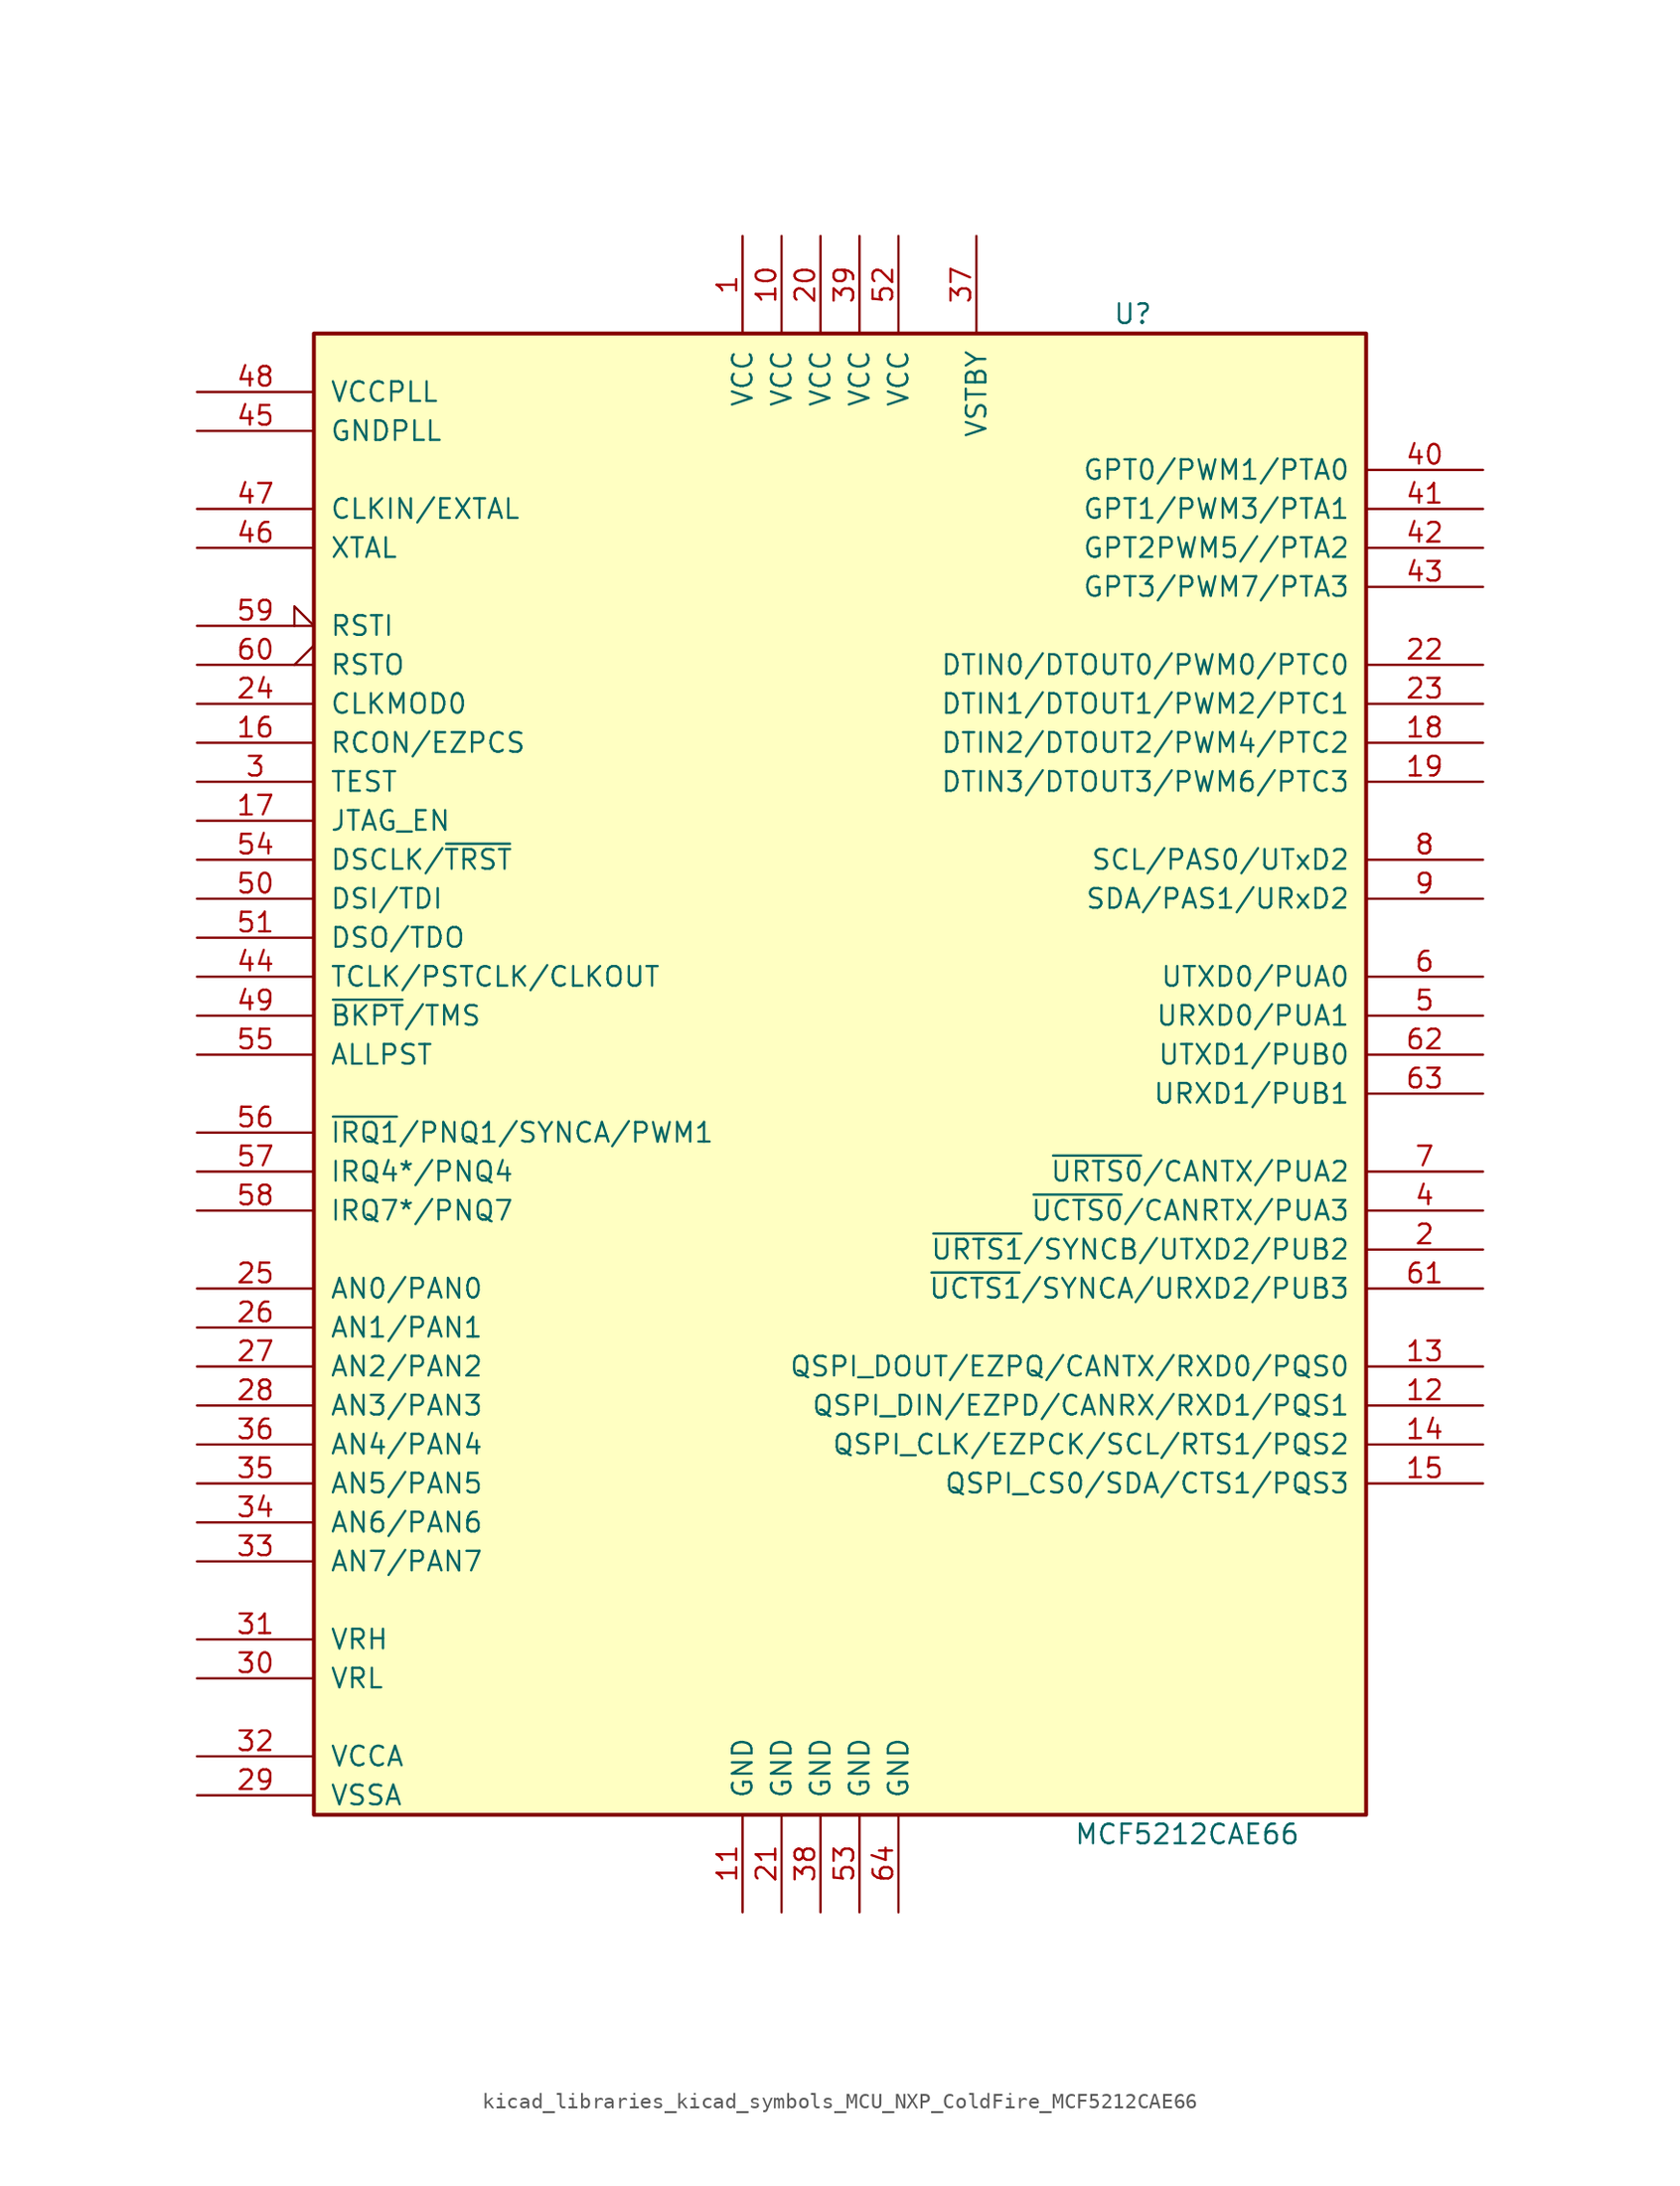
<source format=kicad_sym>
(kicad_symbol_lib
  (version 20220914)
  (generator kicad_symbol_editor)
  (symbol "kicad_libraries_kicad_symbols_MCU_NXP_ColdFire_MCF5212CAE66"
    (pin_names
      (offset 1.016))
    (property "Reference" "U"
      (at 19.05 50.8 0)
      (effects (font (size 1.27 1.27)) (justify left)))
    (property "Value" "MCF5212CAE66"
      (at 16.51 -48.26 0)
      (effects (font (size 1.27 1.27)) (justify left)))
    (symbol "kicad_libraries_kicad_symbols_MCU_NXP_ColdFire_MCF5212CAE66_0_1"
      (rectangle (start -33.02 49.53) (end 35.56 -46.99) (stroke (width 0.254) (type default)) (fill (type background))))
    (symbol "kicad_libraries_kicad_symbols_MCU_NXP_ColdFire_MCF5212CAE66_1_1"
      (pin power_in line (at -5.08 55.88 270) (length 6.35) (name "VCC" (effects (font (size 1.27 1.27)))) (number "1" (effects (font (size 1.27 1.27)))))
      (pin power_in line (at -2.54 55.88 270) (length 6.35) (name "VCC" (effects (font (size 1.27 1.27)))) (number "10" (effects (font (size 1.27 1.27)))))
      (pin power_in line (at -5.08 -53.34 90) (length 6.35) (name "GND" (effects (font (size 1.27 1.27)))) (number "11" (effects (font (size 1.27 1.27)))))
      (pin bidirectional line (at 43.18 -20.32 180) (length 7.62) (name "QSPI_DIN/EZPD/CANRX/RXD1/PQS1" (effects (font (size 1.27 1.27)))) (number "12" (effects (font (size 1.27 1.27)))))
      (pin bidirectional line (at 43.18 -17.78 180) (length 7.62) (name "QSPI_DOUT/EZPQ/CANTX/RXD0/PQS0" (effects (font (size 1.27 1.27)))) (number "13" (effects (font (size 1.27 1.27)))))
      (pin bidirectional line (at 43.18 -22.86 180) (length 7.62) (name "QSPI_CLK/EZPCK/SCL/RTS1/PQS2" (effects (font (size 1.27 1.27)))) (number "14" (effects (font (size 1.27 1.27)))))
      (pin bidirectional line (at 43.18 -25.4 180) (length 7.62) (name "QSPI_CS0/SDA/CTS1/PQS3" (effects (font (size 1.27 1.27)))) (number "15" (effects (font (size 1.27 1.27)))))
      (pin input line (at -40.64 22.86 0) (length 7.62) (name "RCON/EZPCS" (effects (font (size 1.27 1.27)))) (number "16" (effects (font (size 1.27 1.27)))))
      (pin input line (at -40.64 17.78 0) (length 7.62) (name "JTAG_EN" (effects (font (size 1.27 1.27)))) (number "17" (effects (font (size 1.27 1.27)))))
      (pin bidirectional line (at 43.18 22.86 180) (length 7.62) (name "DTIN2/DTOUT2/PWM4/PTC2" (effects (font (size 1.27 1.27)))) (number "18" (effects (font (size 1.27 1.27)))))
      (pin bidirectional line (at 43.18 20.32 180) (length 7.62) (name "DTIN3/DTOUT3/PWM6/PTC3" (effects (font (size 1.27 1.27)))) (number "19" (effects (font (size 1.27 1.27)))))
      (pin bidirectional line (at 43.18 -10.16 180) (length 7.62) (name "~{URTS1}/SYNCB/UTXD2/PUB2" (effects (font (size 1.27 1.27)))) (number "2" (effects (font (size 1.27 1.27)))))
      (pin power_in line (at 0 55.88 270) (length 6.35) (name "VCC" (effects (font (size 1.27 1.27)))) (number "20" (effects (font (size 1.27 1.27)))))
      (pin power_in line (at -2.54 -53.34 90) (length 6.35) (name "GND" (effects (font (size 1.27 1.27)))) (number "21" (effects (font (size 1.27 1.27)))))
      (pin bidirectional line (at 43.18 27.94 180) (length 7.62) (name "DTIN0/DTOUT0/PWM0/PTC0" (effects (font (size 1.27 1.27)))) (number "22" (effects (font (size 1.27 1.27)))))
      (pin bidirectional line (at 43.18 25.4 180) (length 7.62) (name "DTIN1/DTOUT1/PWM2/PTC1" (effects (font (size 1.27 1.27)))) (number "23" (effects (font (size 1.27 1.27)))))
      (pin input line (at -40.64 25.4 0) (length 7.62) (name "CLKMOD0" (effects (font (size 1.27 1.27)))) (number "24" (effects (font (size 1.27 1.27)))))
      (pin bidirectional line (at -40.64 -12.7 0) (length 7.62) (name "AN0/PAN0" (effects (font (size 1.27 1.27)))) (number "25" (effects (font (size 1.27 1.27)))))
      (pin bidirectional line (at -40.64 -15.24 0) (length 7.62) (name "AN1/PAN1" (effects (font (size 1.27 1.27)))) (number "26" (effects (font (size 1.27 1.27)))))
      (pin bidirectional line (at -40.64 -17.78 0) (length 7.62) (name "AN2/PAN2" (effects (font (size 1.27 1.27)))) (number "27" (effects (font (size 1.27 1.27)))))
      (pin bidirectional line (at -40.64 -20.32 0) (length 7.62) (name "AN3/PAN3" (effects (font (size 1.27 1.27)))) (number "28" (effects (font (size 1.27 1.27)))))
      (pin input line (at -40.64 -45.72 0) (length 7.62) (name "VSSA" (effects (font (size 1.27 1.27)))) (number "29" (effects (font (size 1.27 1.27)))))
      (pin input line (at -40.64 20.32 0) (length 7.62) (name "TEST" (effects (font (size 1.27 1.27)))) (number "3" (effects (font (size 1.27 1.27)))))
      (pin input line (at -40.64 -38.1 0) (length 7.62) (name "VRL" (effects (font (size 1.27 1.27)))) (number "30" (effects (font (size 1.27 1.27)))))
      (pin input line (at -40.64 -35.56 0) (length 7.62) (name "VRH" (effects (font (size 1.27 1.27)))) (number "31" (effects (font (size 1.27 1.27)))))
      (pin input line (at -40.64 -43.18 0) (length 7.62) (name "VCCA" (effects (font (size 1.27 1.27)))) (number "32" (effects (font (size 1.27 1.27)))))
      (pin bidirectional line (at -40.64 -30.48 0) (length 7.62) (name "AN7/PAN7" (effects (font (size 1.27 1.27)))) (number "33" (effects (font (size 1.27 1.27)))))
      (pin bidirectional line (at -40.64 -27.94 0) (length 7.62) (name "AN6/PAN6" (effects (font (size 1.27 1.27)))) (number "34" (effects (font (size 1.27 1.27)))))
      (pin bidirectional line (at -40.64 -25.4 0) (length 7.62) (name "AN5/PAN5" (effects (font (size 1.27 1.27)))) (number "35" (effects (font (size 1.27 1.27)))))
      (pin bidirectional line (at -40.64 -22.86 0) (length 7.62) (name "AN4/PAN4" (effects (font (size 1.27 1.27)))) (number "36" (effects (font (size 1.27 1.27)))))
      (pin power_in line (at 10.16 55.88 270) (length 6.35) (name "VSTBY" (effects (font (size 1.27 1.27)))) (number "37" (effects (font (size 1.27 1.27)))))
      (pin power_in line (at 0 -53.34 90) (length 6.35) (name "GND" (effects (font (size 1.27 1.27)))) (number "38" (effects (font (size 1.27 1.27)))))
      (pin power_in line (at 2.54 55.88 270) (length 6.35) (name "VCC" (effects (font (size 1.27 1.27)))) (number "39" (effects (font (size 1.27 1.27)))))
      (pin bidirectional line (at 43.18 -7.62 180) (length 7.62) (name "~{UCTS0}/CANRTX/PUA3" (effects (font (size 1.27 1.27)))) (number "4" (effects (font (size 1.27 1.27)))))
      (pin bidirectional line (at 43.18 40.64 180) (length 7.62) (name "GPT0/PWM1/PTA0" (effects (font (size 1.27 1.27)))) (number "40" (effects (font (size 1.27 1.27)))))
      (pin bidirectional line (at 43.18 38.1 180) (length 7.62) (name "GPT1/PWM3/PTA1" (effects (font (size 1.27 1.27)))) (number "41" (effects (font (size 1.27 1.27)))))
      (pin bidirectional line (at 43.18 35.56 180) (length 7.62) (name "GPT2PWM5//PTA2" (effects (font (size 1.27 1.27)))) (number "42" (effects (font (size 1.27 1.27)))))
      (pin bidirectional line (at 43.18 33.02 180) (length 7.62) (name "GPT3/PWM7/PTA3" (effects (font (size 1.27 1.27)))) (number "43" (effects (font (size 1.27 1.27)))))
      (pin input line (at -40.64 7.62 0) (length 7.62) (name "TCLK/PSTCLK/CLKOUT" (effects (font (size 1.27 1.27)))) (number "44" (effects (font (size 1.27 1.27)))))
      (pin passive line (at -40.64 43.18 0) (length 7.62) (name "GNDPLL" (effects (font (size 1.27 1.27)))) (number "45" (effects (font (size 1.27 1.27)))))
      (pin output line (at -40.64 35.56 0) (length 7.62) (name "XTAL" (effects (font (size 1.27 1.27)))) (number "46" (effects (font (size 1.27 1.27)))))
      (pin input line (at -40.64 38.1 0) (length 7.62) (name "CLKIN/EXTAL" (effects (font (size 1.27 1.27)))) (number "47" (effects (font (size 1.27 1.27)))))
      (pin passive line (at -40.64 45.72 0) (length 7.62) (name "VCCPLL" (effects (font (size 1.27 1.27)))) (number "48" (effects (font (size 1.27 1.27)))))
      (pin input line (at -40.64 5.08 0) (length 7.62) (name "~{BKPT}/TMS" (effects (font (size 1.27 1.27)))) (number "49" (effects (font (size 1.27 1.27)))))
      (pin bidirectional line (at 43.18 5.08 180) (length 7.62) (name "URXD0/PUA1" (effects (font (size 1.27 1.27)))) (number "5" (effects (font (size 1.27 1.27)))))
      (pin input line (at -40.64 12.7 0) (length 7.62) (name "DSI/TDI" (effects (font (size 1.27 1.27)))) (number "50" (effects (font (size 1.27 1.27)))))
      (pin output line (at -40.64 10.16 0) (length 7.62) (name "DSO/TDO" (effects (font (size 1.27 1.27)))) (number "51" (effects (font (size 1.27 1.27)))))
      (pin power_in line (at 5.08 55.88 270) (length 6.35) (name "VCC" (effects (font (size 1.27 1.27)))) (number "52" (effects (font (size 1.27 1.27)))))
      (pin power_in line (at 2.54 -53.34 90) (length 6.35) (name "GND" (effects (font (size 1.27 1.27)))) (number "53" (effects (font (size 1.27 1.27)))))
      (pin input line (at -40.64 15.24 0) (length 7.62) (name "DSCLK/~{TRST}" (effects (font (size 1.27 1.27)))) (number "54" (effects (font (size 1.27 1.27)))))
      (pin output line (at -40.64 2.54 0) (length 7.62) (name "ALLPST" (effects (font (size 1.27 1.27)))) (number "55" (effects (font (size 1.27 1.27)))))
      (pin bidirectional line (at -40.64 -2.54 0) (length 7.62) (name "~{IRQ1}/PNQ1/SYNCA/PWM1" (effects (font (size 1.27 1.27)))) (number "56" (effects (font (size 1.27 1.27)))))
      (pin bidirectional line (at -40.64 -5.08 0) (length 7.62) (name "IRQ4*/PNQ4" (effects (font (size 1.27 1.27)))) (number "57" (effects (font (size 1.27 1.27)))))
      (pin bidirectional line (at -40.64 -7.62 0) (length 7.62) (name "IRQ7*/PNQ7" (effects (font (size 1.27 1.27)))) (number "58" (effects (font (size 1.27 1.27)))))
      (pin input input_low (at -40.64 30.48 0) (length 7.62) (name "RSTI" (effects (font (size 1.27 1.27)))) (number "59" (effects (font (size 1.27 1.27)))))
      (pin bidirectional line (at 43.18 7.62 180) (length 7.62) (name "UTXD0/PUA0" (effects (font (size 1.27 1.27)))) (number "6" (effects (font (size 1.27 1.27)))))
      (pin output output_low (at -40.64 27.94 0) (length 7.62) (name "RSTO" (effects (font (size 1.27 1.27)))) (number "60" (effects (font (size 1.27 1.27)))))
      (pin bidirectional line (at 43.18 -12.7 180) (length 7.62) (name "~{UCTS1}/SYNCA/URXD2/PUB3" (effects (font (size 1.27 1.27)))) (number "61" (effects (font (size 1.27 1.27)))))
      (pin bidirectional line (at 43.18 2.54 180) (length 7.62) (name "UTXD1/PUB0" (effects (font (size 1.27 1.27)))) (number "62" (effects (font (size 1.27 1.27)))))
      (pin bidirectional line (at 43.18 0 180) (length 7.62) (name "URXD1/PUB1" (effects (font (size 1.27 1.27)))) (number "63" (effects (font (size 1.27 1.27)))))
      (pin power_in line (at 5.08 -53.34 90) (length 6.35) (name "GND" (effects (font (size 1.27 1.27)))) (number "64" (effects (font (size 1.27 1.27)))))
      (pin bidirectional line (at 43.18 -5.08 180) (length 7.62) (name "~{URTS0}/CANTX/PUA2" (effects (font (size 1.27 1.27)))) (number "7" (effects (font (size 1.27 1.27)))))
      (pin bidirectional line (at 43.18 15.24 180) (length 7.62) (name "SCL/PAS0/UTxD2" (effects (font (size 1.27 1.27)))) (number "8" (effects (font (size 1.27 1.27)))))
      (pin bidirectional line (at 43.18 12.7 180) (length 7.62) (name "SDA/PAS1/URxD2" (effects (font (size 1.27 1.27)))) (number "9" (effects (font (size 1.27 1.27))))))))
</source>
